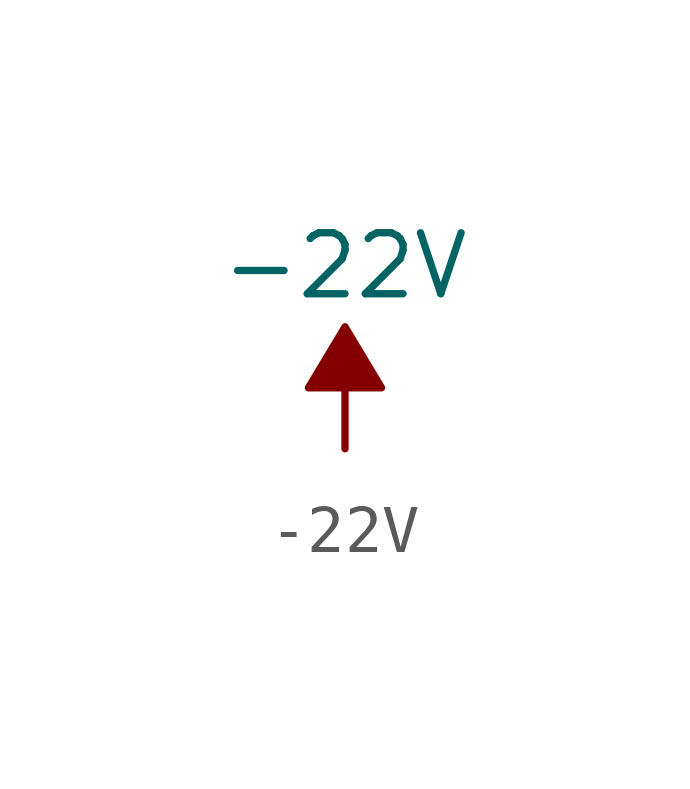
<source format=kicad_sym>
(kicad_symbol_lib
  (version 20211014)
  (generator kicad_symbol_editor)
  (symbol "-22V"
    (power)
    (pin_names
      (offset 0))
    (property "Reference" "#PWR"
      (at 0 2.54 0)
      (effects (font (size 1.27 1.27)) hide))
    (property "Value" "-22V"
      (at 0 3.81 0)
      (effects (font (size 1.27 1.27))))
    (symbol "-22V_0_0"
      (pin power_in line (at 0 0 90) (length 0) hide (name "-24V" (effects (font (size 1.27 1.27)))) (number "1" (effects (font (size 1.27 1.27))))))
    (symbol "-22V_0_1"
      (polyline (pts (xy 0 0) (xy 0 1.27) (xy 0.762 1.27) (xy 0 2.54) (xy -0.762 1.27) (xy 0 1.27)) (stroke (width 0) (type default) (color 0 0 0 0)) (fill (type outline))))))
</source>
